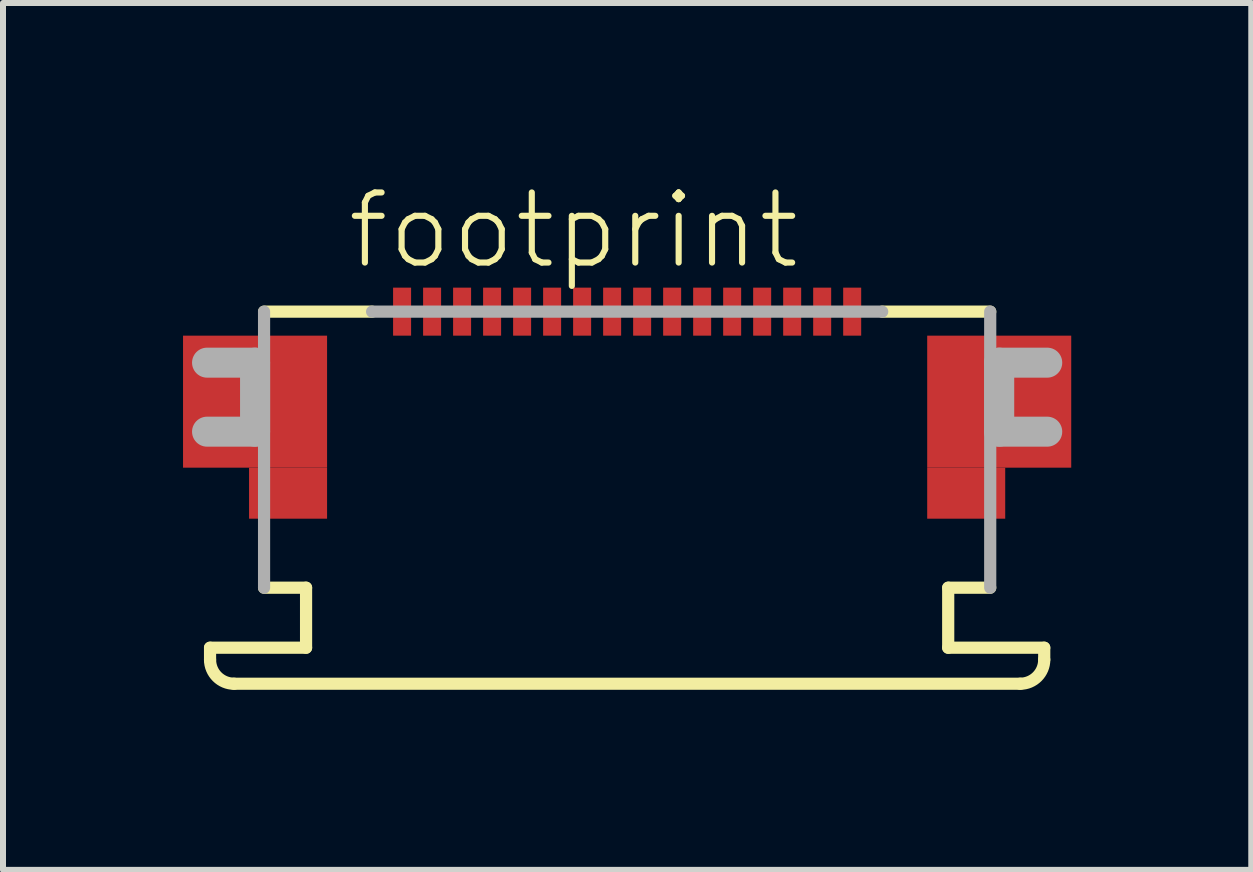
<source format=kicad_pcb>
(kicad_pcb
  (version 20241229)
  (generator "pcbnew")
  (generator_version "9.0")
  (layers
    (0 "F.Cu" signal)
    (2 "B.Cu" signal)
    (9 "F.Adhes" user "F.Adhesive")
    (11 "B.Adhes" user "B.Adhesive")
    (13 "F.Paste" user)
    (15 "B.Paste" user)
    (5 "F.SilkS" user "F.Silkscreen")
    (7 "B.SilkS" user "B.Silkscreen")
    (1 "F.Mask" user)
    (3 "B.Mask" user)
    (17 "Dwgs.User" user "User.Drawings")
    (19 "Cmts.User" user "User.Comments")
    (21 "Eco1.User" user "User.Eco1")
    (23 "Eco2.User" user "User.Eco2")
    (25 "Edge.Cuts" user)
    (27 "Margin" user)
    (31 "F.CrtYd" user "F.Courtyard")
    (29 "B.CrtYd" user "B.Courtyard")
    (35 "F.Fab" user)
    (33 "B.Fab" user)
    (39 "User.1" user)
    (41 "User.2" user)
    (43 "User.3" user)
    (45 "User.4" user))
  (footprint "footprint"
    (layer "F.Cu")
    (at 7.4 2.743)
    (property "Reference" "footprint" (at -4.715 -1.27 0) (layer "F.SilkS") (effects (font (size 1.168 1.168) (thickness 0.102)) (justify left bottom)))
    (fp_poly (pts (xy -7.4 2) (xy -5 2) (xy -5 -0.2) (xy -7.4 -0.2)) (stroke (width 0) (type solid)) (fill yes) (layer "F.Cu"))
    (fp_poly (pts (xy -6.3 2.85) (xy -5 2.85) (xy -5 2) (xy -6.3 2)) (stroke (width 0) (type solid)) (fill yes) (layer "F.Cu"))
    (fp_poly (pts (xy 5 2) (xy 7.4 2) (xy 7.4 -0.2) (xy 5 -0.2)) (stroke (width 0) (type solid)) (fill yes) (layer "F.Cu"))
    (fp_poly (pts (xy 5 2.85) (xy 6.3 2.85) (xy 6.3 2) (xy 5 2)) (stroke (width 0) (type solid)) (fill yes) (layer "F.Cu"))
    (fp_poly (pts (xy -7.4 2) (xy -5 2) (xy -5 -0.2) (xy -7.4 -0.2)) (stroke (width 0) (type solid)) (fill yes) (layer "F.Mask"))
    (fp_poly (pts (xy -6.3 2.85) (xy -5 2.85) (xy -5 2) (xy -6.3 2)) (stroke (width 0) (type solid)) (fill yes) (layer "F.Mask"))
    (fp_poly (pts (xy -3.925 -0.175) (xy -3.575 -0.175) (xy -3.575 -1.025) (xy -3.925 -1.025)) (stroke (width 0) (type solid)) (fill yes) (layer "F.Mask"))
    (fp_poly (pts (xy -3.425 -0.175) (xy -3.075 -0.175) (xy -3.075 -1.025) (xy -3.425 -1.025)) (stroke (width 0) (type solid)) (fill yes) (layer "F.Mask"))
    (fp_poly (pts (xy -2.925 -0.175) (xy -2.575 -0.175) (xy -2.575 -1.025) (xy -2.925 -1.025)) (stroke (width 0) (type solid)) (fill yes) (layer "F.Mask"))
    (fp_poly (pts (xy -2.425 -0.175) (xy -2.075 -0.175) (xy -2.075 -1.025) (xy -2.425 -1.025)) (stroke (width 0) (type solid)) (fill yes) (layer "F.Mask"))
    (fp_poly (pts (xy -1.925 -0.175) (xy -1.575 -0.175) (xy -1.575 -1.025) (xy -1.925 -1.025)) (stroke (width 0) (type solid)) (fill yes) (layer "F.Mask"))
    (fp_poly (pts (xy -1.425 -0.175) (xy -1.075 -0.175) (xy -1.075 -1.025) (xy -1.425 -1.025)) (stroke (width 0) (type solid)) (fill yes) (layer "F.Mask"))
    (fp_poly (pts (xy -0.925 -0.175) (xy -0.575 -0.175) (xy -0.575 -1.025) (xy -0.925 -1.025)) (stroke (width 0) (type solid)) (fill yes) (layer "F.Mask"))
    (fp_poly (pts (xy -0.425 -0.175) (xy -0.075 -0.175) (xy -0.075 -1.025) (xy -0.425 -1.025)) (stroke (width 0) (type solid)) (fill yes) (layer "F.Mask"))
    (fp_poly (pts (xy 0.075 -0.175) (xy 0.425 -0.175) (xy 0.425 -1.025) (xy 0.075 -1.025)) (stroke (width 0) (type solid)) (fill yes) (layer "F.Mask"))
    (fp_poly (pts (xy 0.575 -0.175) (xy 0.925 -0.175) (xy 0.925 -1.025) (xy 0.575 -1.025)) (stroke (width 0) (type solid)) (fill yes) (layer "F.Mask"))
    (fp_poly (pts (xy 1.075 -0.175) (xy 1.425 -0.175) (xy 1.425 -1.025) (xy 1.075 -1.025)) (stroke (width 0) (type solid)) (fill yes) (layer "F.Mask"))
    (fp_poly (pts (xy 1.575 -0.175) (xy 1.925 -0.175) (xy 1.925 -1.025) (xy 1.575 -1.025)) (stroke (width 0) (type solid)) (fill yes) (layer "F.Mask"))
    (fp_poly (pts (xy 2.075 -0.175) (xy 2.425 -0.175) (xy 2.425 -1.025) (xy 2.075 -1.025)) (stroke (width 0) (type solid)) (fill yes) (layer "F.Mask"))
    (fp_poly (pts (xy 2.575 -0.175) (xy 2.925 -0.175) (xy 2.925 -1.025) (xy 2.575 -1.025)) (stroke (width 0) (type solid)) (fill yes) (layer "F.Mask"))
    (fp_poly (pts (xy 3.075 -0.175) (xy 3.425 -0.175) (xy 3.425 -1.025) (xy 3.075 -1.025)) (stroke (width 0) (type solid)) (fill yes) (layer "F.Mask"))
    (fp_poly (pts (xy 3.575 -0.175) (xy 3.925 -0.175) (xy 3.925 -1.025) (xy 3.575 -1.025)) (stroke (width 0) (type solid)) (fill yes) (layer "F.Mask"))
    (fp_poly (pts (xy 5 2) (xy 7.4 2) (xy 7.4 -0.2) (xy 5 -0.2)) (stroke (width 0) (type solid)) (fill yes) (layer "F.Mask"))
    (fp_poly (pts (xy 5 2.85) (xy 6.3 2.85) (xy 6.3 2) (xy 5 2)) (stroke (width 0) (type solid)) (fill yes) (layer "F.Mask"))
    (fp_line (start -6.95 5) (end -5.35 5) (stroke (width 0.203) (type solid)) (layer "F.SilkS"))
    (fp_line (start -6.95 5.2) (end -6.95 5) (stroke (width 0.203) (type solid)) (layer "F.SilkS"))
    (fp_line (start -6.05 -0.6) (end -4.25 -0.6) (stroke (width 0.203) (type solid)) (layer "F.SilkS"))
    (fp_line (start -5.35 4) (end -6.05 4) (stroke (width 0.203) (type solid)) (layer "F.SilkS"))
    (fp_line (start -5.35 5) (end -5.35 4) (stroke (width 0.203) (type solid)) (layer "F.SilkS"))
    (fp_line (start 4.25 -0.6) (end 6.05 -0.6) (stroke (width 0.203) (type solid)) (layer "F.SilkS"))
    (fp_line (start 5.35 4) (end 5.35 5) (stroke (width 0.203) (type solid)) (layer "F.SilkS"))
    (fp_line (start 5.35 5) (end 6.95 5) (stroke (width 0.203) (type solid)) (layer "F.SilkS"))
    (fp_line (start 6.05 4) (end 5.35 4) (stroke (width 0.203) (type solid)) (layer "F.SilkS"))
    (fp_line (start 6.55 5.6) (end -6.55 5.6) (stroke (width 0.203) (type solid)) (layer "F.SilkS"))
    (fp_line (start 6.95 5) (end 6.95 5.2) (stroke (width 0.203) (type solid)) (layer "F.SilkS"))
    (fp_arc (start -6.55 5.6) (mid -6.832843 5.482843) (end -6.95 5.2) (stroke (width 0.2032) (type solid)) (layer "F.SilkS"))
    (fp_arc (start 6.95 5.2) (mid 6.832843 5.482843) (end 6.55 5.6) (stroke (width 0.2032) (type solid)) (layer "F.SilkS"))
    (fp_poly (pts (xy -7.275 1.9) (xy -5.1 1.9) (xy -5.1 -0.075) (xy -7.275 -0.075)) (stroke (width 0) (type solid)) (fill yes) (layer "F.Paste"))
    (fp_poly (pts (xy -6.2 2.75) (xy -5.1 2.75) (xy -5.1 1.9) (xy -6.2 1.9)) (stroke (width 0) (type solid)) (fill yes) (layer "F.Paste"))
    (fp_poly (pts (xy 5.1 1.9) (xy 7.275 1.9) (xy 7.275 -0.075) (xy 5.1 -0.075)) (stroke (width 0) (type solid)) (fill yes) (layer "F.Paste"))
    (fp_poly (pts (xy 5.1 2.75) (xy 6.2 2.75) (xy 6.2 1.9) (xy 5.1 1.9)) (stroke (width 0) (type solid)) (fill yes) (layer "F.Paste"))
    (fp_line (start -7 0.25) (end -6.2 0.25) (stroke (width 0.5) (type solid)) (layer "F.Fab"))
    (fp_line (start -6.2 0.25) (end -6.2 1.4) (stroke (width 0.5) (type solid)) (layer "F.Fab"))
    (fp_line (start -6.2 1.4) (end -7 1.4) (stroke (width 0.5) (type solid)) (layer "F.Fab"))
    (fp_line (start -6.05 4) (end -6.05 -0.6) (stroke (width 0.203) (type solid)) (layer "F.Fab"))
    (fp_line (start -4.25 -0.6) (end 4.25 -0.6) (stroke (width 0.203) (type solid)) (layer "F.Fab"))
    (fp_line (start 6.05 -0.6) (end 6.05 4) (stroke (width 0.203) (type solid)) (layer "F.Fab"))
    (fp_line (start 6.2 0.25) (end 7 0.25) (stroke (width 0.5) (type solid)) (layer "F.Fab"))
    (fp_line (start 6.2 1.4) (end 6.2 0.25) (stroke (width 0.5) (type solid)) (layer "F.Fab"))
    (fp_line (start 7 1.4) (end 6.2 1.4) (stroke (width 0.5) (type solid)) (layer "F.Fab"))
    (pad "1" smd rect (at -3.75 -0.6) (size 0.3 0.8) (layers "F.Cu" "F.Paste"))
    (pad "2" smd rect (at -3.25 -0.6) (size 0.3 0.8) (layers "F.Cu" "F.Paste"))
    (pad "3" smd rect (at -2.75 -0.6) (size 0.3 0.8) (layers "F.Cu" "F.Paste"))
    (pad "4" smd rect (at -2.25 -0.6) (size 0.3 0.8) (layers "F.Cu" "F.Paste"))
    (pad "5" smd rect (at -1.75 -0.6) (size 0.3 0.8) (layers "F.Cu" "F.Paste"))
    (pad "6" smd rect (at -1.25 -0.6) (size 0.3 0.8) (layers "F.Cu" "F.Paste"))
    (pad "7" smd rect (at -0.75 -0.6) (size 0.3 0.8) (layers "F.Cu" "F.Paste"))
    (pad "8" smd rect (at -0.25 -0.6) (size 0.3 0.8) (layers "F.Cu" "F.Paste"))
    (pad "9" smd rect (at 0.25 -0.6) (size 0.3 0.8) (layers "F.Cu" "F.Paste"))
    (pad "10" smd rect (at 0.75 -0.6) (size 0.3 0.8) (layers "F.Cu" "F.Paste"))
    (pad "11" smd rect (at 1.25 -0.6) (size 0.3 0.8) (layers "F.Cu" "F.Paste"))
    (pad "12" smd rect (at 1.75 -0.6) (size 0.3 0.8) (layers "F.Cu" "F.Paste"))
    (pad "13" smd rect (at 2.25 -0.6) (size 0.3 0.8) (layers "F.Cu" "F.Paste"))
    (pad "14" smd rect (at 2.75 -0.6) (size 0.3 0.8) (layers "F.Cu" "F.Paste"))
    (pad "15" smd rect (at 3.25 -0.6) (size 0.3 0.8) (layers "F.Cu" "F.Paste"))
    (pad "16" smd rect (at 3.75 -0.6) (size 0.3 0.8) (layers "F.Cu" "F.Paste")))
  (gr_rect
    (start -3 -3)
    (end 17.8 11.445)
    (stroke (width 0.1) (type default))
    (fill no)
    (layer "Edge.Cuts")))
</source>
